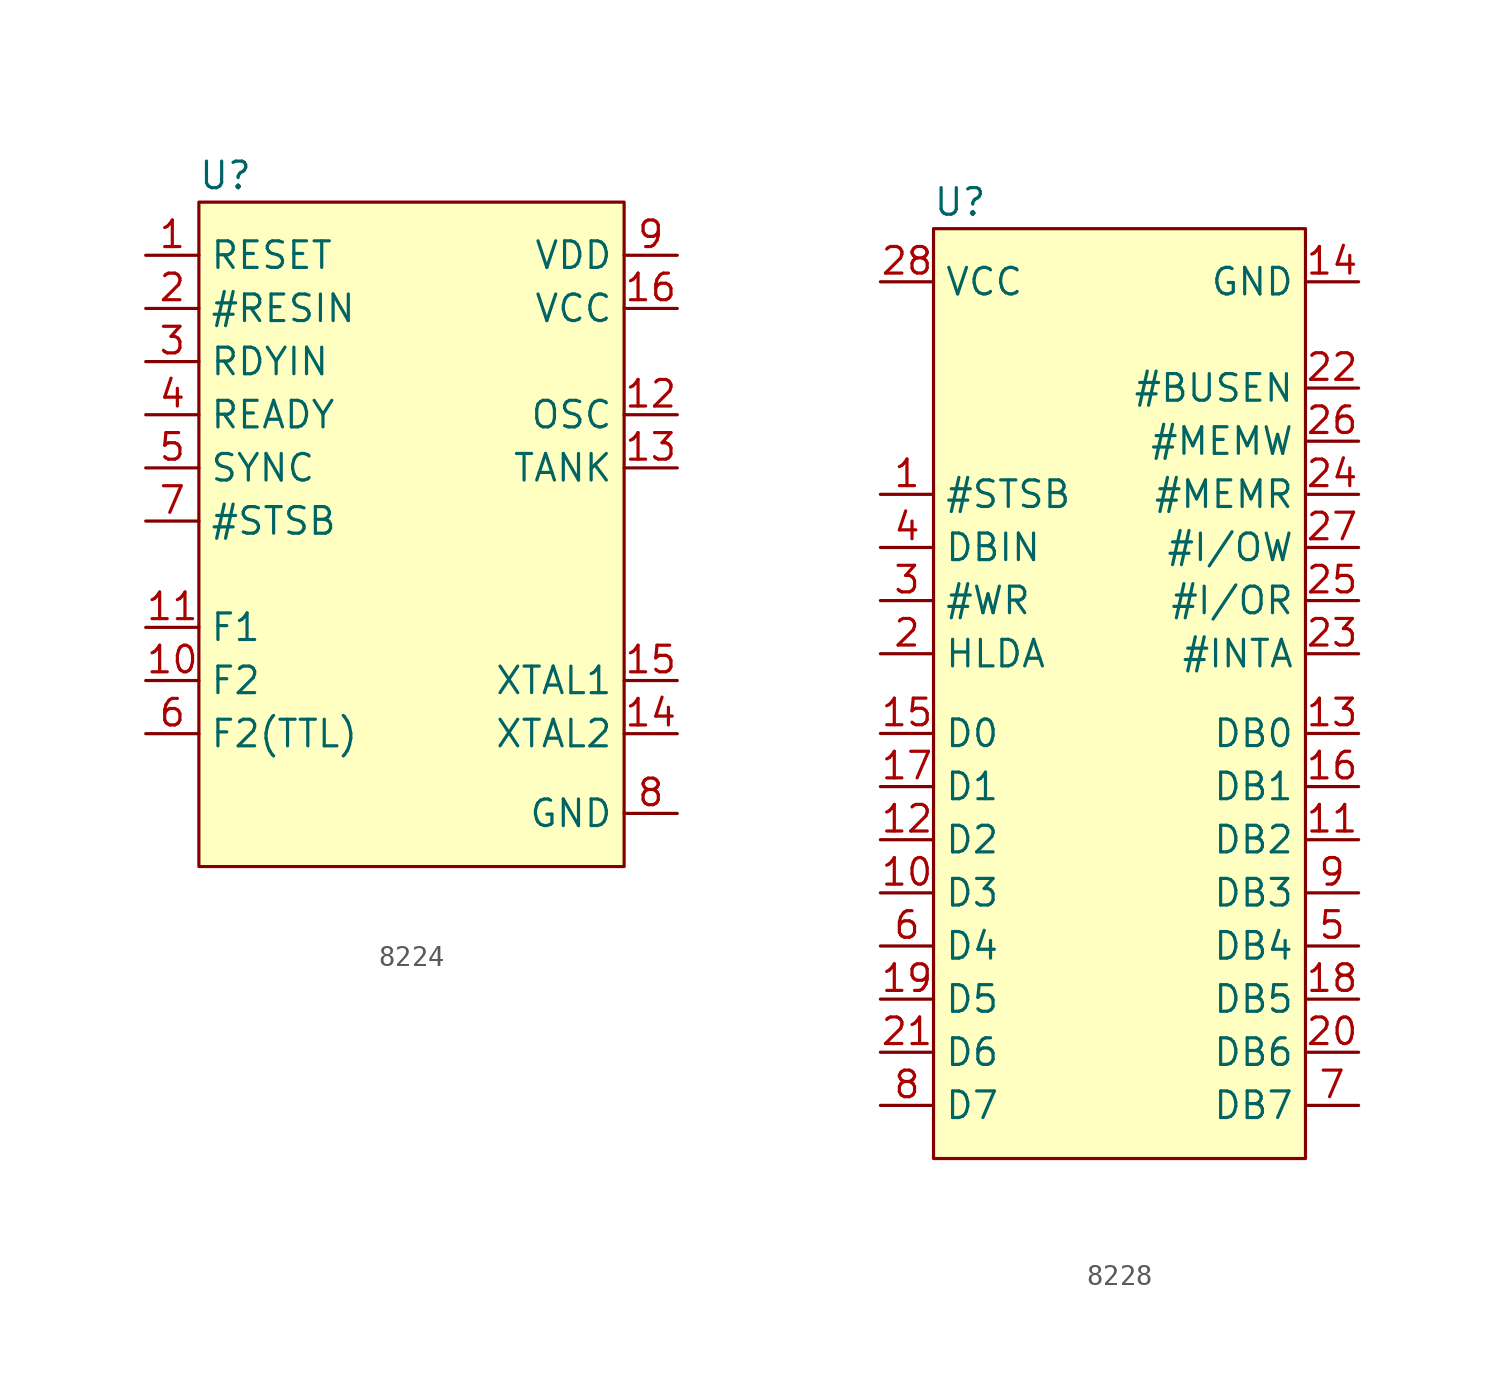
<source format=kicad_sym>
(kicad_symbol_lib
  (version 20220914)
  (generator kicad_symbol_editor)
  (symbol "8224"
    (property "Reference" "U"
      (at -8.89 19.05 0)
      (effects (font (size 1.27 1.27))))
    (property "Value" ""
      (at -1.27 2.54 0)
      (effects (font (size 1.27 1.27))))
    (symbol "8224_1_1"
      (rectangle (start -10.16 17.78) (end 10.16 -13.97) (stroke (width 0) (type default)) (fill (type background)))
      (pin output line (at -12.7 15.24 0) (length 2.54) (name "RESET" (effects (font (size 1.27 1.27)))) (number "1" (effects (font (size 1.27 1.27)))))
      (pin output line (at -12.7 -5.08 0) (length 2.54) (name "F2" (effects (font (size 1.27 1.27)))) (number "10" (effects (font (size 1.27 1.27)))))
      (pin output line (at -12.7 -2.54 0) (length 2.54) (name "F1" (effects (font (size 1.27 1.27)))) (number "11" (effects (font (size 1.27 1.27)))))
      (pin output line (at 12.7 7.62 180) (length 2.54) (name "OSC" (effects (font (size 1.27 1.27)))) (number "12" (effects (font (size 1.27 1.27)))))
      (pin input line (at 12.7 5.08 180) (length 2.54) (name "TANK" (effects (font (size 1.27 1.27)))) (number "13" (effects (font (size 1.27 1.27)))))
      (pin input line (at 12.7 -7.62 180) (length 2.54) (name "XTAL2" (effects (font (size 1.27 1.27)))) (number "14" (effects (font (size 1.27 1.27)))))
      (pin input line (at 12.7 -5.08 180) (length 2.54) (name "XTAL1" (effects (font (size 1.27 1.27)))) (number "15" (effects (font (size 1.27 1.27)))))
      (pin power_in line (at 12.7 12.7 180) (length 2.54) (name "VCC" (effects (font (size 1.27 1.27)))) (number "16" (effects (font (size 1.27 1.27)))))
      (pin input line (at -12.7 12.7 0) (length 2.54) (name "#RESIN" (effects (font (size 1.27 1.27)))) (number "2" (effects (font (size 1.27 1.27)))))
      (pin input line (at -12.7 10.16 0) (length 2.54) (name "RDYIN" (effects (font (size 1.27 1.27)))) (number "3" (effects (font (size 1.27 1.27)))))
      (pin output line (at -12.7 7.62 0) (length 2.54) (name "READY" (effects (font (size 1.27 1.27)))) (number "4" (effects (font (size 1.27 1.27)))))
      (pin input line (at -12.7 5.08 0) (length 2.54) (name "SYNC" (effects (font (size 1.27 1.27)))) (number "5" (effects (font (size 1.27 1.27)))))
      (pin output line (at -12.7 -7.62 0) (length 2.54) (name "F2(TTL)" (effects (font (size 1.27 1.27)))) (number "6" (effects (font (size 1.27 1.27)))))
      (pin output line (at -12.7 2.54 0) (length 2.54) (name "#STSB" (effects (font (size 1.27 1.27)))) (number "7" (effects (font (size 1.27 1.27)))))
      (pin power_in line (at 12.7 -11.43 180) (length 2.54) (name "GND" (effects (font (size 1.27 1.27)))) (number "8" (effects (font (size 1.27 1.27)))))
      (pin power_in line (at 12.7 15.24 180) (length 2.54) (name "VDD" (effects (font (size 1.27 1.27)))) (number "9" (effects (font (size 1.27 1.27)))))))
  (symbol "8228"
    (property "Reference" "U"
      (at -7.62 22.86 0)
      (effects (font (size 1.27 1.27))))
    (property "Value" ""
      (at -1.27 -2.54 0)
      (effects (font (size 1.27 1.27))))
    (symbol "8228_1_1"
      (rectangle (start -8.89 21.59) (end 8.89 -22.86) (stroke (width 0) (type default)) (fill (type background)))
      (pin input line (at -11.43 8.89 0) (length 2.54) (name "#STSB" (effects (font (size 1.27 1.27)))) (number "1" (effects (font (size 1.27 1.27)))))
      (pin input line (at -11.43 -10.16 0) (length 2.54) (name "D3" (effects (font (size 1.27 1.27)))) (number "10" (effects (font (size 1.27 1.27)))))
      (pin output line (at 11.43 -7.62 180) (length 2.54) (name "DB2" (effects (font (size 1.27 1.27)))) (number "11" (effects (font (size 1.27 1.27)))))
      (pin input line (at -11.43 -7.62 0) (length 2.54) (name "D2" (effects (font (size 1.27 1.27)))) (number "12" (effects (font (size 1.27 1.27)))))
      (pin output line (at 11.43 -2.54 180) (length 2.54) (name "DB0" (effects (font (size 1.27 1.27)))) (number "13" (effects (font (size 1.27 1.27)))))
      (pin power_in line (at 11.43 19.05 180) (length 2.54) (name "GND" (effects (font (size 1.27 1.27)))) (number "14" (effects (font (size 1.27 1.27)))))
      (pin input line (at -11.43 -2.54 0) (length 2.54) (name "D0" (effects (font (size 1.27 1.27)))) (number "15" (effects (font (size 1.27 1.27)))))
      (pin output line (at 11.43 -5.08 180) (length 2.54) (name "DB1" (effects (font (size 1.27 1.27)))) (number "16" (effects (font (size 1.27 1.27)))))
      (pin input line (at -11.43 -5.08 0) (length 2.54) (name "D1" (effects (font (size 1.27 1.27)))) (number "17" (effects (font (size 1.27 1.27)))))
      (pin output line (at 11.43 -15.24 180) (length 2.54) (name "DB5" (effects (font (size 1.27 1.27)))) (number "18" (effects (font (size 1.27 1.27)))))
      (pin input line (at -11.43 -15.24 0) (length 2.54) (name "D5" (effects (font (size 1.27 1.27)))) (number "19" (effects (font (size 1.27 1.27)))))
      (pin input line (at -11.43 1.27 0) (length 2.54) (name "HLDA" (effects (font (size 1.27 1.27)))) (number "2" (effects (font (size 1.27 1.27)))))
      (pin output line (at 11.43 -17.78 180) (length 2.54) (name "DB6" (effects (font (size 1.27 1.27)))) (number "20" (effects (font (size 1.27 1.27)))))
      (pin input line (at -11.43 -17.78 0) (length 2.54) (name "D6" (effects (font (size 1.27 1.27)))) (number "21" (effects (font (size 1.27 1.27)))))
      (pin input line (at 11.43 13.97 180) (length 2.54) (name "#BUSEN" (effects (font (size 1.27 1.27)))) (number "22" (effects (font (size 1.27 1.27)))))
      (pin output line (at 11.43 1.27 180) (length 2.54) (name "#INTA" (effects (font (size 1.27 1.27)))) (number "23" (effects (font (size 1.27 1.27)))))
      (pin output line (at 11.43 8.89 180) (length 2.54) (name "#MEMR" (effects (font (size 1.27 1.27)))) (number "24" (effects (font (size 1.27 1.27)))))
      (pin output line (at 11.43 3.81 180) (length 2.54) (name "#I/OR" (effects (font (size 1.27 1.27)))) (number "25" (effects (font (size 1.27 1.27)))))
      (pin output line (at 11.43 11.43 180) (length 2.54) (name "#MEMW" (effects (font (size 1.27 1.27)))) (number "26" (effects (font (size 1.27 1.27)))))
      (pin output line (at 11.43 6.35 180) (length 2.54) (name "#I/OW" (effects (font (size 1.27 1.27)))) (number "27" (effects (font (size 1.27 1.27)))))
      (pin power_in line (at -11.43 19.05 0) (length 2.54) (name "VCC" (effects (font (size 1.27 1.27)))) (number "28" (effects (font (size 1.27 1.27)))))
      (pin input line (at -11.43 3.81 0) (length 2.54) (name "#WR" (effects (font (size 1.27 1.27)))) (number "3" (effects (font (size 1.27 1.27)))))
      (pin input line (at -11.43 6.35 0) (length 2.54) (name "DBIN" (effects (font (size 1.27 1.27)))) (number "4" (effects (font (size 1.27 1.27)))))
      (pin output line (at 11.43 -12.7 180) (length 2.54) (name "DB4" (effects (font (size 1.27 1.27)))) (number "5" (effects (font (size 1.27 1.27)))))
      (pin input line (at -11.43 -12.7 0) (length 2.54) (name "D4" (effects (font (size 1.27 1.27)))) (number "6" (effects (font (size 1.27 1.27)))))
      (pin output line (at 11.43 -20.32 180) (length 2.54) (name "DB7" (effects (font (size 1.27 1.27)))) (number "7" (effects (font (size 1.27 1.27)))))
      (pin input line (at -11.43 -20.32 0) (length 2.54) (name "D7" (effects (font (size 1.27 1.27)))) (number "8" (effects (font (size 1.27 1.27)))))
      (pin output line (at 11.43 -10.16 180) (length 2.54) (name "DB3" (effects (font (size 1.27 1.27)))) (number "9" (effects (font (size 1.27 1.27))))))))
</source>
